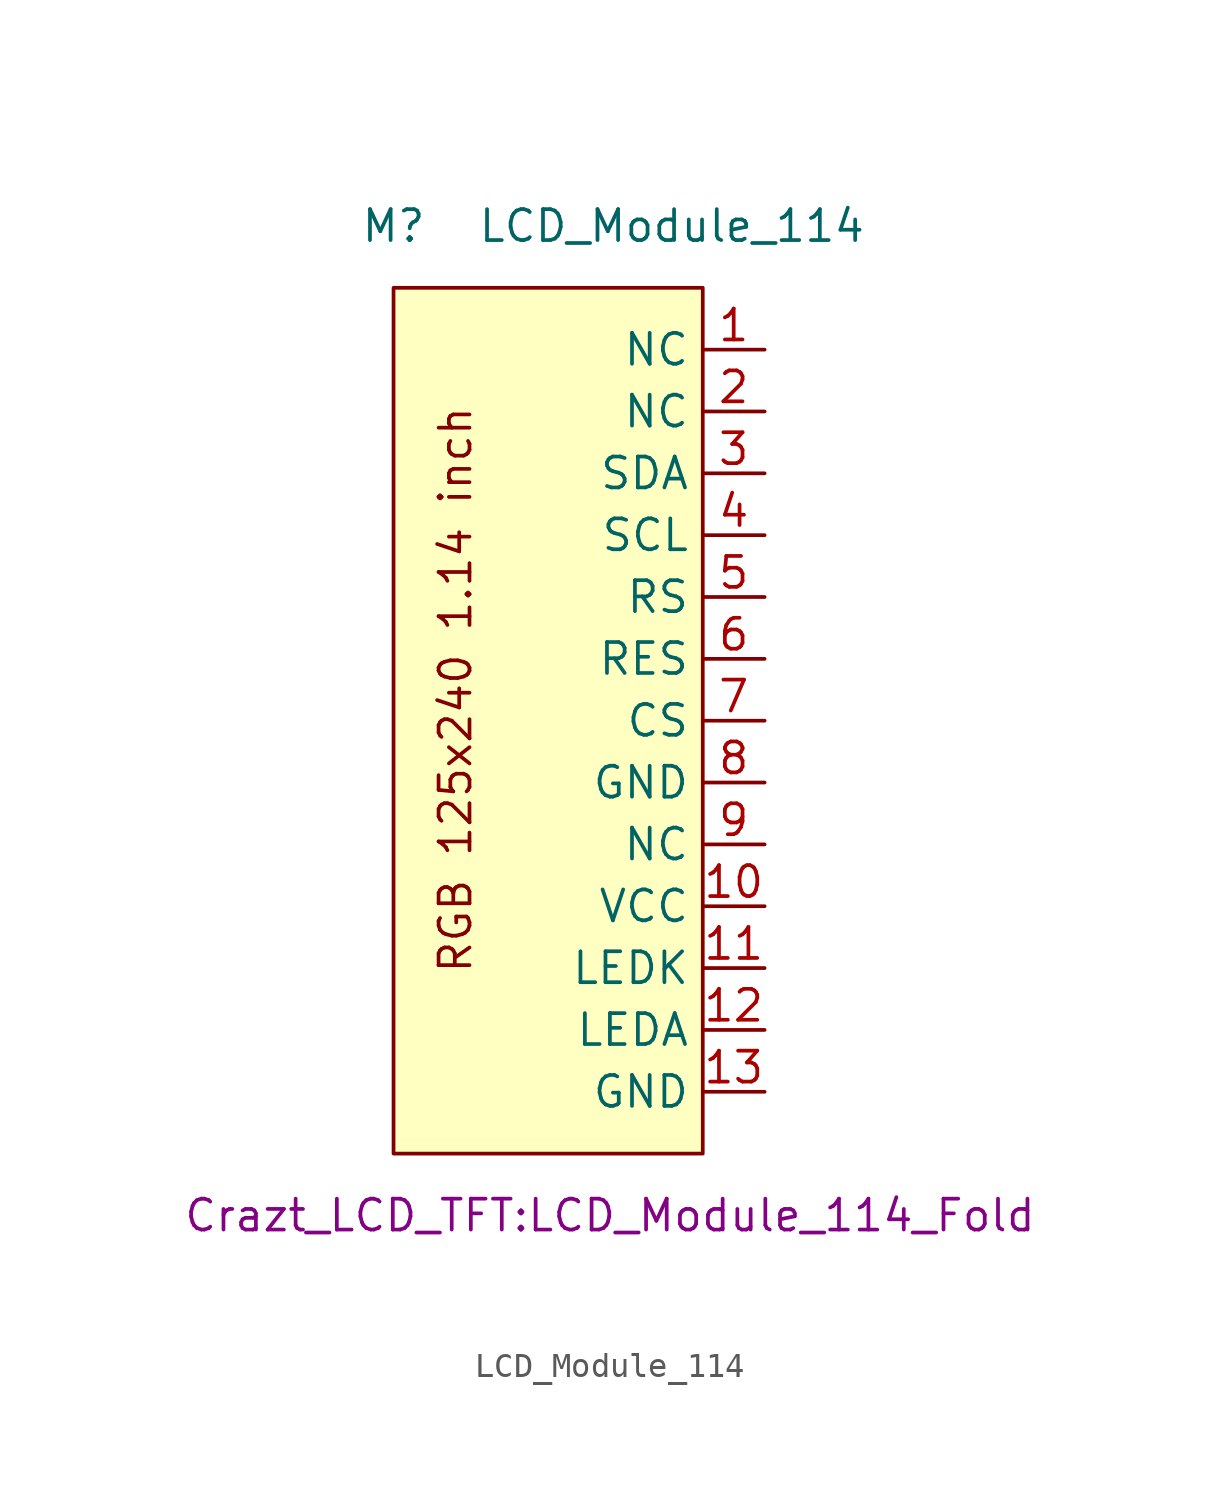
<source format=kicad_sym>
(kicad_symbol_lib
  (version 20211014)
  (generator kicad_symbol_editor)
  (symbol "LCD_Module_114"
    (property "Reference" "M"
      (at -6.35 20.32 0)
      (effects (font (size 1.27 1.27))))
    (property "Value" "LCD_Module_114"
      (at 5.08 20.32 0)
      (effects (font (size 1.27 1.27))))
    (property "Footprint" "Crazt_LCD_TFT:LCD_Module_114_Fold"
      (at 2.54 -20.32 0)
      (effects (font (size 1.27 1.27))))
    (symbol "LCD_Module_114_0_0"
      (text "RGB 125x240 1.14 inch" (at -3.81 1.27 900) (effects (font (size 1.27 1.27)))))
    (symbol "LCD_Module_114_0_1"
      (rectangle (start -6.35 17.78) (end 6.35 -17.78) (stroke (width 0) (type default) (color 0 0 0 0)) (fill (type background))))
    (symbol "LCD_Module_114_1_1"
      (pin passive line (at 8.89 15.24 180) (length 2.54) (name "NC" (effects (font (size 1.27 1.27)))) (number "1" (effects (font (size 1.27 1.27)))))
      (pin passive line (at 8.89 -7.62 180) (length 2.54) (name "VCC" (effects (font (size 1.27 1.27)))) (number "10" (effects (font (size 1.27 1.27)))))
      (pin passive line (at 8.89 -10.16 180) (length 2.54) (name "LEDK" (effects (font (size 1.27 1.27)))) (number "11" (effects (font (size 1.27 1.27)))))
      (pin passive line (at 8.89 -12.7 180) (length 2.54) (name "LEDA" (effects (font (size 1.27 1.27)))) (number "12" (effects (font (size 1.27 1.27)))))
      (pin passive line (at 8.89 -15.24 180) (length 2.54) (name "GND" (effects (font (size 1.27 1.27)))) (number "13" (effects (font (size 1.27 1.27)))))
      (pin passive line (at 8.89 12.7 180) (length 2.54) (name "NC" (effects (font (size 1.27 1.27)))) (number "2" (effects (font (size 1.27 1.27)))))
      (pin passive line (at 8.89 10.16 180) (length 2.54) (name "SDA" (effects (font (size 1.27 1.27)))) (number "3" (effects (font (size 1.27 1.27)))))
      (pin passive line (at 8.89 7.62 180) (length 2.54) (name "SCL" (effects (font (size 1.27 1.27)))) (number "4" (effects (font (size 1.27 1.27)))))
      (pin passive line (at 8.89 5.08 180) (length 2.54) (name "RS" (effects (font (size 1.27 1.27)))) (number "5" (effects (font (size 1.27 1.27)))))
      (pin passive line (at 8.89 2.54 180) (length 2.54) (name "RES" (effects (font (size 1.27 1.27)))) (number "6" (effects (font (size 1.27 1.27)))))
      (pin passive line (at 8.89 0 180) (length 2.54) (name "CS" (effects (font (size 1.27 1.27)))) (number "7" (effects (font (size 1.27 1.27)))))
      (pin passive line (at 8.89 -2.54 180) (length 2.54) (name "GND" (effects (font (size 1.27 1.27)))) (number "8" (effects (font (size 1.27 1.27)))))
      (pin passive line (at 8.89 -5.08 180) (length 2.54) (name "NC" (effects (font (size 1.27 1.27)))) (number "9" (effects (font (size 1.27 1.27))))))))
</source>
